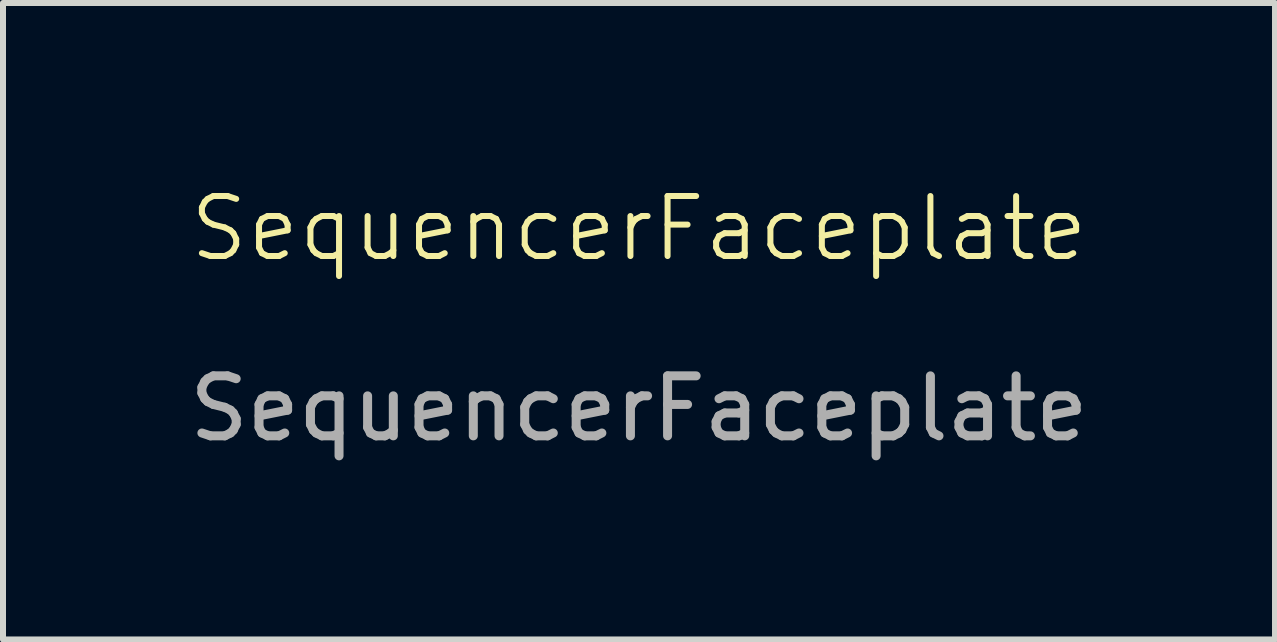
<source format=kicad_pcb>
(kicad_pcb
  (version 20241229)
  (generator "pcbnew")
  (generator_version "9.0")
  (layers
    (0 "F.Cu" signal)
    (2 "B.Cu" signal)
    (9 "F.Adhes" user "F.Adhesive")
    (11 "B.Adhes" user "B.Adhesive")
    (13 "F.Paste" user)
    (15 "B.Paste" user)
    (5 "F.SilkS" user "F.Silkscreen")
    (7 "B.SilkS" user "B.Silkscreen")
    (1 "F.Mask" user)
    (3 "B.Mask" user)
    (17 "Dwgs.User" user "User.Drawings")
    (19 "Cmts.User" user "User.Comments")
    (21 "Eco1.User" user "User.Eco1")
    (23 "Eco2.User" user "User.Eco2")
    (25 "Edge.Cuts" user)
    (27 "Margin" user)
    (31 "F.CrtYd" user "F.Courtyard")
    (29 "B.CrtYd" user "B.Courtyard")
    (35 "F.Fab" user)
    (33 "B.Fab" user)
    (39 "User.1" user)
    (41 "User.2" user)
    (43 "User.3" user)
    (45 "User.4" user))
  (footprint "SequencerFaceplate"
    (layer "F.Cu")
    (at 7.601 1.26)
    (property "Reference" "SequencerFaceplate" (at 0 -0.5 0) (unlocked yes) (layer "F.SilkS") (effects (font (size 1 1) (thickness 0.1))))
    (attr through_hole)
    (fp_text user "${REFERENCE}" (at 0 2.5 0) (unlocked yes) (layer "F.Fab") (effects (font (size 1 1) (thickness 0.15)))))
  (gr_rect
    (start -3 -3)
    (end 18.202 7.609)
    (stroke (width 0.1) (type default))
    (fill no)
    (layer "Edge.Cuts")))
</source>
